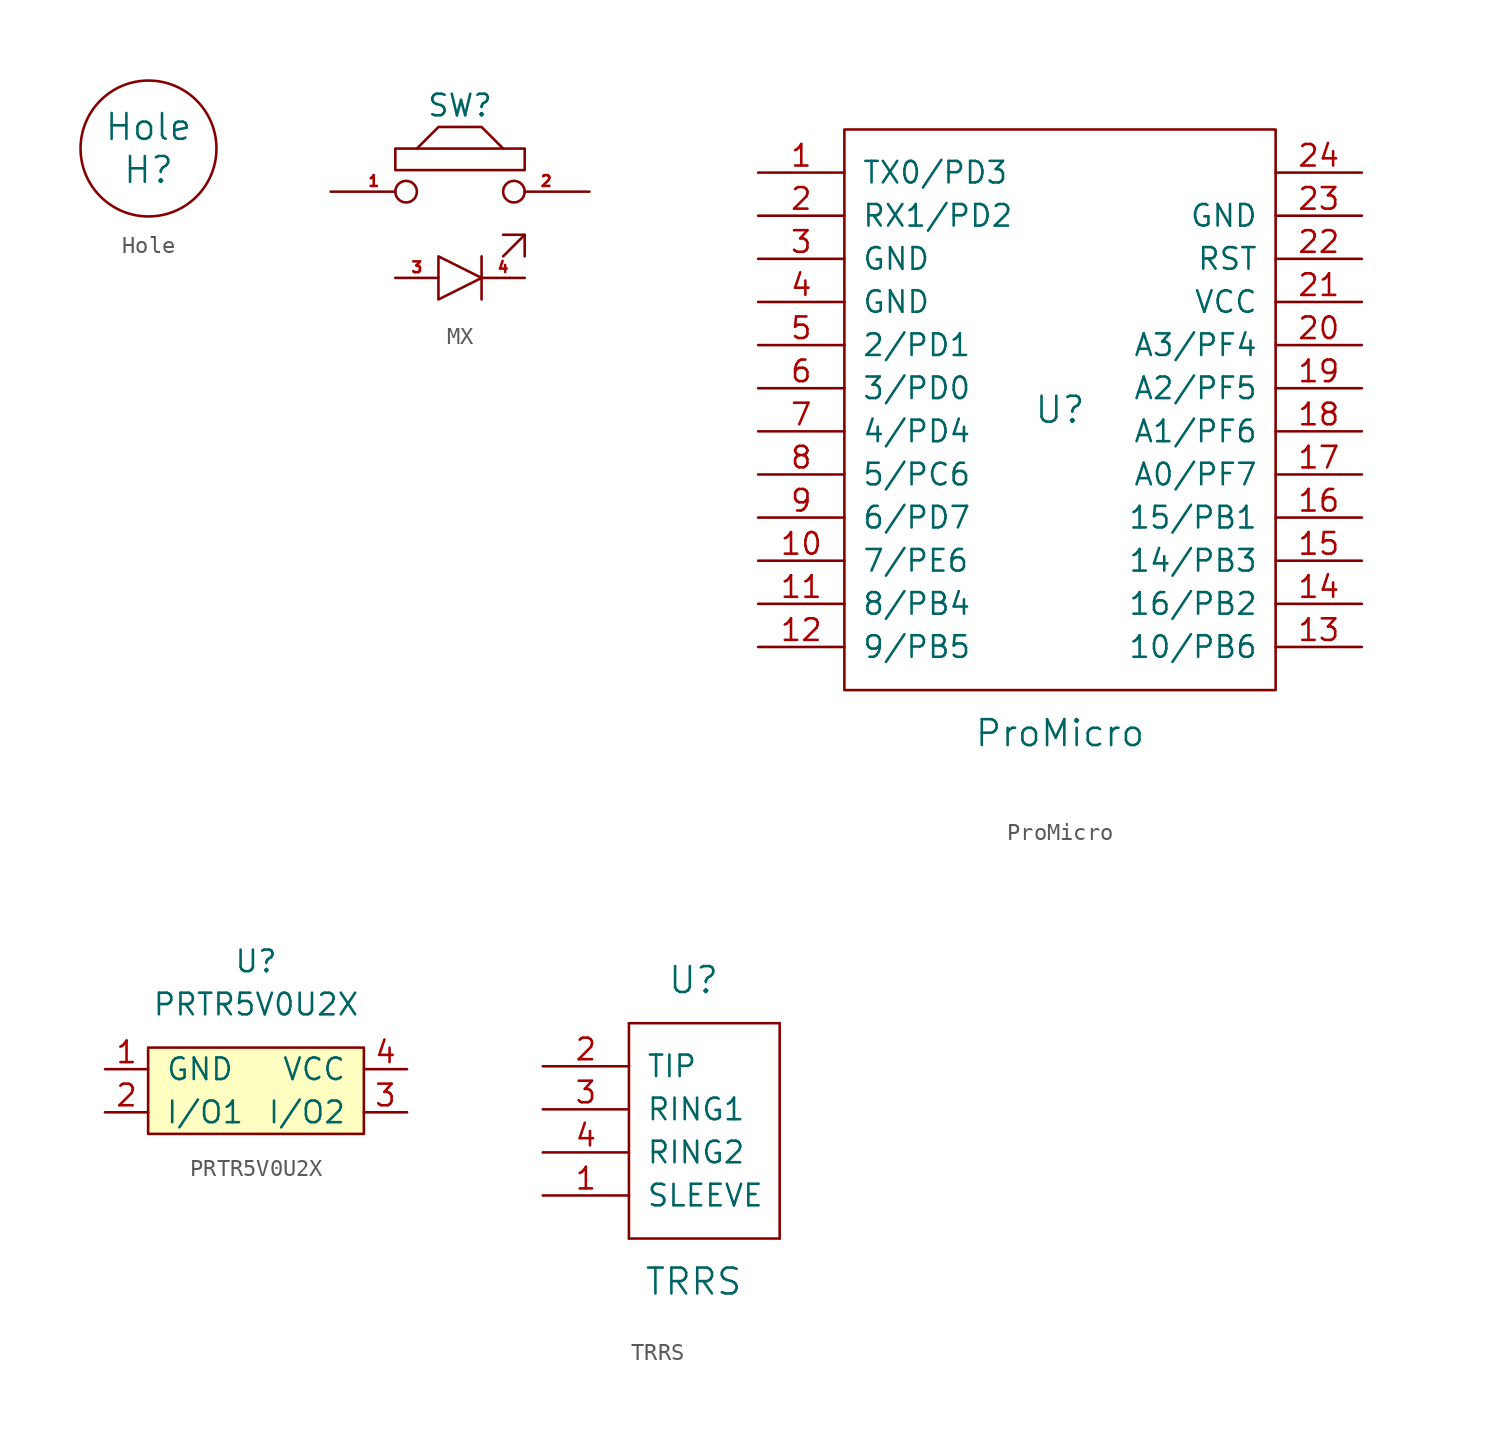
<source format=kicad_sym>
(kicad_symbol_lib
  (version 20210619)
  (generator kicad_symbol_editor)
  (symbol "Hole"
    (pin_names
      (offset 1.016))
    (property "Reference" "H"
      (at 0 -1.27 0)
      (effects (font (size 1.524 1.524))))
    (property "Value" "Hole"
      (at 0 1.27 0)
      (effects (font (size 1.524 1.524))))
    (symbol "Hole_0_1"
      (circle (center 0 0) (radius 4.013) (stroke (width 0)) (fill (type none)))))
  (symbol "MX"
    (pin_names
      (offset 1.016))
    (property "Reference" "SW"
      (at 0 5.08 0)
      (effects (font (size 1.27 1.27))))
    (symbol "MX_0_1"
      (polyline (pts (xy 1.27 -3.81) (xy 1.27 -6.35)) (stroke (width 0)) (fill (type none)))
      (polyline (pts (xy 2.54 -3.81) (xy 3.81 -2.54)) (stroke (width 0)) (fill (type none)))
      (polyline (pts (xy 3.81 -3.81) (xy 3.81 -2.54) (xy 2.54 -2.54)) (stroke (width 0)) (fill (type none)))
      (polyline (pts (xy -2.54 2.54) (xy -1.27 3.81) (xy 1.27 3.81) (xy 2.54 2.54)) (stroke (width 0)) (fill (type none)))
      (polyline (pts (xy -1.27 -3.81) (xy -1.27 -6.35) (xy 1.27 -5.08) (xy -1.27 -3.81)) (stroke (width 0)) (fill (type none)))
      (polyline (pts (xy -3.81 1.27) (xy 3.81 1.27) (xy 3.81 2.54) (xy -3.81 2.54) (xy -3.81 1.27)) (stroke (width 0)) (fill (type none))))
    (symbol "MX_1_1"
      (pin input inverted (at -7.62 0 0) (length 5.08) (name "~" (effects (font (size 1.27 1.27)))) (number "1" (effects (font (size 0.635 0.635)))))
      (pin input inverted (at 7.62 0 180) (length 5.08) (name "~" (effects (font (size 1.27 1.27)))) (number "2" (effects (font (size 0.635 0.635)))))
      (pin input line (at -3.81 -5.08 0) (length 2.54) (name "~" (effects (font (size 1.27 1.27)))) (number "3" (effects (font (size 0.635 0.635)))))
      (pin input line (at 3.81 -5.08 180) (length 2.54) (name "~" (effects (font (size 1.27 1.27)))) (number "4" (effects (font (size 0.635 0.635)))))))
  (symbol "ProMicro"
    (pin_names
      (offset 1.016))
    (property "Reference" "U"
      (at 0 0 0)
      (effects (font (size 1.524 1.524))))
    (property "Value" "ProMicro"
      (at 0 -19.05 0)
      (effects (font (size 1.524 1.524))))
    (symbol "ProMicro_0_1"
      (rectangle (start -12.7 -16.51) (end 12.7 16.51) (stroke (width 0)) (fill (type none))))
    (symbol "ProMicro_1_1"
      (pin input line (at -17.78 13.97 0) (length 5.08) (name "TX0/PD3" (effects (font (size 1.27 1.27)))) (number "1" (effects (font (size 1.27 1.27)))))
      (pin input line (at -17.78 -8.89 0) (length 5.08) (name "7/PE6" (effects (font (size 1.27 1.27)))) (number "10" (effects (font (size 1.27 1.27)))))
      (pin input line (at -17.78 -11.43 0) (length 5.08) (name "8/PB4" (effects (font (size 1.27 1.27)))) (number "11" (effects (font (size 1.27 1.27)))))
      (pin input line (at -17.78 -13.97 0) (length 5.08) (name "9/PB5" (effects (font (size 1.27 1.27)))) (number "12" (effects (font (size 1.27 1.27)))))
      (pin input line (at 17.78 -13.97 180) (length 5.08) (name "10/PB6" (effects (font (size 1.27 1.27)))) (number "13" (effects (font (size 1.27 1.27)))))
      (pin input line (at 17.78 -11.43 180) (length 5.08) (name "16/PB2" (effects (font (size 1.27 1.27)))) (number "14" (effects (font (size 1.27 1.27)))))
      (pin input line (at 17.78 -8.89 180) (length 5.08) (name "14/PB3" (effects (font (size 1.27 1.27)))) (number "15" (effects (font (size 1.27 1.27)))))
      (pin input line (at 17.78 -6.35 180) (length 5.08) (name "15/PB1" (effects (font (size 1.27 1.27)))) (number "16" (effects (font (size 1.27 1.27)))))
      (pin input line (at 17.78 -3.81 180) (length 5.08) (name "A0/PF7" (effects (font (size 1.27 1.27)))) (number "17" (effects (font (size 1.27 1.27)))))
      (pin input line (at 17.78 -1.27 180) (length 5.08) (name "A1/PF6" (effects (font (size 1.27 1.27)))) (number "18" (effects (font (size 1.27 1.27)))))
      (pin input line (at 17.78 1.27 180) (length 5.08) (name "A2/PF5" (effects (font (size 1.27 1.27)))) (number "19" (effects (font (size 1.27 1.27)))))
      (pin input line (at -17.78 11.43 0) (length 5.08) (name "RX1/PD2" (effects (font (size 1.27 1.27)))) (number "2" (effects (font (size 1.27 1.27)))))
      (pin input line (at 17.78 3.81 180) (length 5.08) (name "A3/PF4" (effects (font (size 1.27 1.27)))) (number "20" (effects (font (size 1.27 1.27)))))
      (pin input line (at 17.78 6.35 180) (length 5.08) (name "VCC" (effects (font (size 1.27 1.27)))) (number "21" (effects (font (size 1.27 1.27)))))
      (pin input line (at 17.78 8.89 180) (length 5.08) (name "RST" (effects (font (size 1.27 1.27)))) (number "22" (effects (font (size 1.27 1.27)))))
      (pin input line (at 17.78 11.43 180) (length 5.08) (name "GND" (effects (font (size 1.27 1.27)))) (number "23" (effects (font (size 1.27 1.27)))))
      (pin input line (at 17.78 13.97 180) (length 5.08) (name "~" (effects (font (size 1.27 1.27)))) (number "24" (effects (font (size 1.27 1.27)))))
      (pin input line (at -17.78 8.89 0) (length 5.08) (name "GND" (effects (font (size 1.27 1.27)))) (number "3" (effects (font (size 1.27 1.27)))))
      (pin input line (at -17.78 6.35 0) (length 5.08) (name "GND" (effects (font (size 1.27 1.27)))) (number "4" (effects (font (size 1.27 1.27)))))
      (pin input line (at -17.78 3.81 0) (length 5.08) (name "2/PD1" (effects (font (size 1.27 1.27)))) (number "5" (effects (font (size 1.27 1.27)))))
      (pin input line (at -17.78 1.27 0) (length 5.08) (name "3/PD0" (effects (font (size 1.27 1.27)))) (number "6" (effects (font (size 1.27 1.27)))))
      (pin input line (at -17.78 -1.27 0) (length 5.08) (name "4/PD4" (effects (font (size 1.27 1.27)))) (number "7" (effects (font (size 1.27 1.27)))))
      (pin input line (at -17.78 -3.81 0) (length 5.08) (name "5/PC6" (effects (font (size 1.27 1.27)))) (number "8" (effects (font (size 1.27 1.27)))))
      (pin input line (at -17.78 -6.35 0) (length 5.08) (name "6/PD7" (effects (font (size 1.27 1.27)))) (number "9" (effects (font (size 1.27 1.27)))))))
  (symbol "PRTR5V0U2X"
    (pin_names
      (offset 1.016))
    (property "Reference" "U"
      (at 0 7.62 0)
      (effects (font (size 1.27 1.27))))
    (property "Value" "PRTR5V0U2X"
      (at 0 5.08 0)
      (effects (font (size 1.27 1.27))))
    (symbol "PRTR5V0U2X_0_1"
      (rectangle (start -6.35 2.54) (end 6.35 -2.54) (stroke (width 0)) (fill (type background))))
    (symbol "PRTR5V0U2X_1_1"
      (pin input line (at -8.89 1.27 0) (length 2.54) (name "GND" (effects (font (size 1.27 1.27)))) (number "1" (effects (font (size 1.27 1.27)))))
      (pin input line (at -8.89 -1.27 0) (length 2.54) (name "I/O1" (effects (font (size 1.27 1.27)))) (number "2" (effects (font (size 1.27 1.27)))))
      (pin input line (at 8.89 -1.27 180) (length 2.54) (name "I/O2" (effects (font (size 1.27 1.27)))) (number "3" (effects (font (size 1.27 1.27)))))
      (pin input line (at 8.89 1.27 180) (length 2.54) (name "VCC" (effects (font (size 1.27 1.27)))) (number "4" (effects (font (size 1.27 1.27)))))))
  (symbol "TRRS"
    (pin_names
      (offset 1.016))
    (property "Reference" "U"
      (at 0 15.24 0)
      (effects (font (size 1.524 1.524))))
    (property "Value" "TRRS"
      (at 0 -2.54 0)
      (effects (font (size 1.524 1.524))))
    (symbol "TRRS_0_1"
      (rectangle (start -3.81 0) (end -3.81 12.7) (stroke (width 0)) (fill (type none)))
      (rectangle (start -3.81 12.7) (end 5.08 12.7) (stroke (width 0)) (fill (type none)))
      (rectangle (start 5.08 0) (end -3.81 0) (stroke (width 0)) (fill (type none)))
      (rectangle (start 5.08 12.7) (end 5.08 0) (stroke (width 0)) (fill (type none))))
    (symbol "TRRS_1_1"
      (pin input line (at -8.89 2.54 0) (length 5.08) (name "SLEEVE" (effects (font (size 1.27 1.27)))) (number "1" (effects (font (size 1.27 1.27)))))
      (pin input line (at -8.89 10.16 0) (length 5.08) (name "TIP" (effects (font (size 1.27 1.27)))) (number "2" (effects (font (size 1.27 1.27)))))
      (pin input line (at -8.89 7.62 0) (length 5.08) (name "RING1" (effects (font (size 1.27 1.27)))) (number "3" (effects (font (size 1.27 1.27)))))
      (pin input line (at -8.89 5.08 0) (length 5.08) (name "RING2" (effects (font (size 1.27 1.27)))) (number "4" (effects (font (size 1.27 1.27))))))))
</source>
